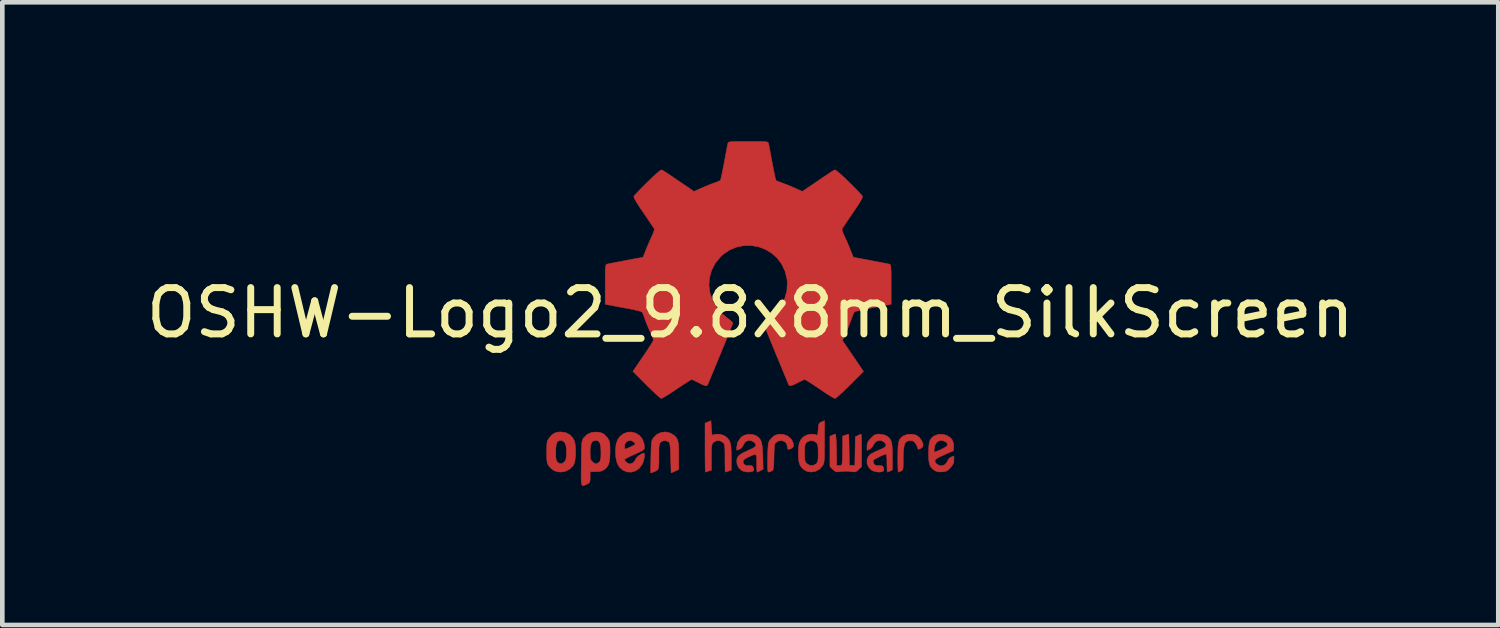
<source format=kicad_pcb>
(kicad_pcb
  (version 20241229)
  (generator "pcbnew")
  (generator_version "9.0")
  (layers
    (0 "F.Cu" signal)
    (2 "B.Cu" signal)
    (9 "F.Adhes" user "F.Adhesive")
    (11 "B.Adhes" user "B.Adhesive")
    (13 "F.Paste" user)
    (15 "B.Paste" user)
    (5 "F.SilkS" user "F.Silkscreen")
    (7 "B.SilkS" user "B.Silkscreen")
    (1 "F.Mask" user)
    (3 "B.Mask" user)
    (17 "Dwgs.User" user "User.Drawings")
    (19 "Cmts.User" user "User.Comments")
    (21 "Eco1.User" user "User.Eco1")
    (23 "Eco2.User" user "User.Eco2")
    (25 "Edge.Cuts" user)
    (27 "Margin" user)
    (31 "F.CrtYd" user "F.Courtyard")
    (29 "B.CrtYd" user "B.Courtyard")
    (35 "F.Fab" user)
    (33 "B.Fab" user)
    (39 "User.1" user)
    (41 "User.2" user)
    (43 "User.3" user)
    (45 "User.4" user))
  (footprint "OSHW-Logo2_9.8x8mm_SilkScreen"
    (layer "F.Cu")
    (at 13.149 3.704)
    (property "Reference" "OSHW-Logo2_9.8x8mm_SilkScreen" (at 0 0 0) (layer "F.SilkS") (effects (font (size 1 1) (thickness 0.15))))
    (attr exclude_from_pos_files exclude_from_bom)
    (fp_poly (pts (xy 3.571 2.637) (xy 3.594 2.647) (xy 3.65 2.691) (xy 3.698 2.755) (xy 3.727 2.823) (xy 3.732 2.857) (xy 3.716 2.904) (xy 3.68 2.928) (xy 3.643 2.943) (xy 3.625 2.946) (xy 3.617 2.926) (xy 3.6 2.882) (xy 3.593 2.863) (xy 3.552 2.794) (xy 3.493 2.76) (xy 3.417 2.761) (xy 3.411 2.763) (xy 3.37 2.782) (xy 3.34 2.819) (xy 3.32 2.88) (xy 3.308 2.968) (xy 3.303 3.088) (xy 3.302 3.152) (xy 3.302 3.252) (xy 3.3 3.321) (xy 3.296 3.365) (xy 3.287 3.39) (xy 3.274 3.405) (xy 3.253 3.416) (xy 3.252 3.416) (xy 3.213 3.433) (xy 3.194 3.439) (xy 3.191 3.42) (xy 3.188 3.369) (xy 3.186 3.292) (xy 3.185 3.196) (xy 3.185 3.125) (xy 3.186 2.989) (xy 3.19 2.885) (xy 3.2 2.808) (xy 3.216 2.752) (xy 3.24 2.711) (xy 3.274 2.679) (xy 3.308 2.656) (xy 3.388 2.626) (xy 3.482 2.62) (xy 3.571 2.637)) (stroke (width 0.01) (type solid)) (fill yes) (layer "F.Cu"))
    (fp_poly (pts (xy -1.728 2.595) (xy -1.666 2.631) (xy -1.622 2.667) (xy -1.59 2.705) (xy -1.568 2.751) (xy -1.554 2.812) (xy -1.547 2.895) (xy -1.544 3.007) (xy -1.544 3.087) (xy -1.544 3.382) (xy -1.71 3.457) (xy -1.719 3.133) (xy -1.723 3.013) (xy -1.728 2.925) (xy -1.733 2.865) (xy -1.74 2.825) (xy -1.75 2.801) (xy -1.763 2.786) (xy -1.767 2.783) (xy -1.831 2.757) (xy -1.896 2.767) (xy -1.934 2.794) (xy -1.95 2.813) (xy -1.961 2.838) (xy -1.968 2.876) (xy -1.972 2.934) (xy -1.973 3.018) (xy -1.973 3.106) (xy -1.973 3.216) (xy -1.975 3.294) (xy -1.982 3.347) (xy -1.995 3.381) (xy -2.018 3.404) (xy -2.053 3.421) (xy -2.1 3.439) (xy -2.152 3.458) (xy -2.146 3.111) (xy -2.143 2.986) (xy -2.14 2.894) (xy -2.136 2.828) (xy -2.13 2.781) (xy -2.121 2.748) (xy -2.108 2.722) (xy -2.092 2.699) (xy -2.018 2.625) (xy -1.926 2.582) (xy -1.827 2.571) (xy -1.728 2.595)) (stroke (width 0.01) (type solid)) (fill yes) (layer "F.Cu"))
    (fp_poly (pts (xy 0.713 2.625) (xy 0.802 2.657) (xy 0.874 2.715) (xy 0.902 2.756) (xy 0.933 2.831) (xy 0.932 2.885) (xy 0.9 2.921) (xy 0.888 2.928) (xy 0.837 2.947) (xy 0.81 2.942) (xy 0.802 2.91) (xy 0.801 2.892) (xy 0.785 2.826) (xy 0.742 2.78) (xy 0.683 2.758) (xy 0.617 2.763) (xy 0.564 2.792) (xy 0.546 2.809) (xy 0.533 2.829) (xy 0.524 2.859) (xy 0.519 2.907) (xy 0.515 2.978) (xy 0.512 3.08) (xy 0.511 3.112) (xy 0.509 3.222) (xy 0.506 3.3) (xy 0.501 3.351) (xy 0.494 3.383) (xy 0.483 3.401) (xy 0.467 3.412) (xy 0.457 3.417) (xy 0.413 3.433) (xy 0.388 3.439) (xy 0.379 3.421) (xy 0.374 3.365) (xy 0.372 3.272) (xy 0.374 3.141) (xy 0.374 3.121) (xy 0.377 3.002) (xy 0.381 2.914) (xy 0.386 2.853) (xy 0.393 2.809) (xy 0.404 2.778) (xy 0.419 2.751) (xy 0.427 2.74) (xy 0.472 2.69) (xy 0.522 2.651) (xy 0.528 2.647) (xy 0.618 2.62) (xy 0.713 2.625)) (stroke (width 0.01) (type solid)) (fill yes) (layer "F.Cu"))
    (fp_poly (pts (xy -0.84 2.492) (xy -0.834 2.572) (xy -0.828 2.619) (xy -0.819 2.64) (xy -0.805 2.64) (xy -0.801 2.637) (xy -0.744 2.62) (xy -0.669 2.621) (xy -0.593 2.639) (xy -0.545 2.663) (xy -0.496 2.7) (xy -0.461 2.743) (xy -0.436 2.797) (xy -0.421 2.869) (xy -0.413 2.966) (xy -0.41 3.095) (xy -0.41 3.119) (xy -0.41 3.396) (xy -0.472 3.417) (xy -0.516 3.432) (xy -0.54 3.439) (xy -0.54 3.439) (xy -0.543 3.42) (xy -0.545 3.37) (xy -0.546 3.293) (xy -0.547 3.197) (xy -0.547 3.139) (xy -0.547 3.025) (xy -0.549 2.943) (xy -0.552 2.886) (xy -0.558 2.849) (xy -0.568 2.825) (xy -0.583 2.806) (xy -0.592 2.797) (xy -0.655 2.761) (xy -0.724 2.759) (xy -0.786 2.789) (xy -0.798 2.8) (xy -0.815 2.821) (xy -0.826 2.845) (xy -0.834 2.881) (xy -0.838 2.934) (xy -0.84 3.012) (xy -0.84 3.121) (xy -0.84 3.396) (xy -0.902 3.417) (xy -0.945 3.432) (xy -0.969 3.439) (xy -0.97 3.439) (xy -0.972 3.42) (xy -0.974 3.367) (xy -0.975 3.286) (xy -0.976 3.18) (xy -0.977 3.055) (xy -0.977 2.916) (xy -0.977 2.382) (xy -0.85 2.328) (xy -0.84 2.492)) (stroke (width 0.01) (type solid)) (fill yes) (layer "F.Cu"))
    (fp_poly (pts (xy 2.396 2.637) (xy 2.399 2.688) (xy 2.401 2.766) (xy 2.403 2.865) (xy 2.403 2.968) (xy 2.403 3.319) (xy 2.341 3.38) (xy 2.299 3.418) (xy 2.261 3.434) (xy 2.21 3.433) (xy 2.19 3.43) (xy 2.127 3.423) (xy 2.074 3.419) (xy 2.061 3.419) (xy 2.018 3.421) (xy 1.957 3.427) (xy 1.933 3.43) (xy 1.874 3.435) (xy 1.834 3.425) (xy 1.795 3.394) (xy 1.781 3.38) (xy 1.719 3.319) (xy 1.719 2.664) (xy 1.769 2.641) (xy 1.812 2.624) (xy 1.837 2.618) (xy 1.844 2.637) (xy 1.85 2.689) (xy 1.855 2.768) (xy 1.859 2.87) (xy 1.861 2.955) (xy 1.866 3.292) (xy 1.913 3.299) (xy 1.955 3.294) (xy 1.976 3.279) (xy 1.982 3.251) (xy 1.987 3.192) (xy 1.99 3.108) (xy 1.992 3.009) (xy 1.993 2.957) (xy 1.993 2.661) (xy 2.054 2.64) (xy 2.098 2.625) (xy 2.122 2.618) (xy 2.122 2.618) (xy 2.125 2.637) (xy 2.127 2.688) (xy 2.13 2.766) (xy 2.132 2.864) (xy 2.134 2.955) (xy 2.139 3.292) (xy 2.257 3.292) (xy 2.262 2.985) (xy 2.267 2.677) (xy 2.325 2.648) (xy 2.367 2.627) (xy 2.392 2.618) (xy 2.392 2.618) (xy 2.396 2.637)) (stroke (width 0.01) (type solid)) (fill yes) (layer "F.Cu"))
    (fp_poly (pts (xy -3.983 2.587) (xy -3.892 2.635) (xy -3.824 2.713) (xy -3.8 2.763) (xy -3.781 2.838) (xy -3.772 2.932) (xy -3.771 3.035) (xy -3.778 3.136) (xy -3.793 3.223) (xy -3.815 3.286) (xy -3.822 3.297) (xy -3.903 3.377) (xy -4 3.425) (xy -4.104 3.439) (xy -4.21 3.418) (xy -4.239 3.405) (xy -4.297 3.364) (xy -4.347 3.311) (xy -4.352 3.304) (xy -4.371 3.271) (xy -4.384 3.236) (xy -4.391 3.19) (xy -4.395 3.125) (xy -4.396 3.03) (xy -4.396 3.009) (xy -4.396 3.002) (xy -4.201 3.002) (xy -4.2 3.091) (xy -4.195 3.151) (xy -4.186 3.189) (xy -4.17 3.215) (xy -4.162 3.224) (xy -4.115 3.257) (xy -4.07 3.256) (xy -4.024 3.227) (xy -3.996 3.196) (xy -3.98 3.151) (xy -3.971 3.079) (xy -3.97 3.071) (xy -3.969 2.942) (xy -3.985 2.846) (xy -4.019 2.784) (xy -4.07 2.756) (xy -4.088 2.755) (xy -4.136 2.763) (xy -4.169 2.789) (xy -4.189 2.839) (xy -4.199 2.919) (xy -4.201 3.002) (xy -4.396 3.002) (xy -4.395 2.908) (xy -4.392 2.838) (xy -4.386 2.789) (xy -4.374 2.753) (xy -4.356 2.722) (xy -4.352 2.716) (xy -4.286 2.636) (xy -4.213 2.59) (xy -4.125 2.572) (xy -4.095 2.571) (xy -3.983 2.587)) (stroke (width 0.01) (type solid)) (fill yes) (layer "F.Cu"))
    (fp_poly (pts (xy 4.245 2.648) (xy 4.323 2.698) (xy 4.36 2.744) (xy 4.389 2.826) (xy 4.392 2.891) (xy 4.386 2.977) (xy 4.186 3.065) (xy 4.089 3.11) (xy 4.025 3.146) (xy 3.992 3.177) (xy 3.986 3.207) (xy 4.005 3.241) (xy 4.025 3.263) (xy 4.084 3.298) (xy 4.148 3.301) (xy 4.207 3.273) (xy 4.25 3.218) (xy 4.258 3.199) (xy 4.295 3.138) (xy 4.338 3.113) (xy 4.396 3.09) (xy 4.396 3.174) (xy 4.391 3.231) (xy 4.371 3.279) (xy 4.328 3.334) (xy 4.322 3.342) (xy 4.275 3.391) (xy 4.234 3.417) (xy 4.183 3.429) (xy 4.141 3.433) (xy 4.066 3.434) (xy 4.012 3.421) (xy 3.979 3.403) (xy 3.926 3.362) (xy 3.89 3.318) (xy 3.867 3.262) (xy 3.854 3.187) (xy 3.85 3.084) (xy 3.849 3.032) (xy 3.851 2.97) (xy 3.968 2.97) (xy 3.97 3.003) (xy 3.973 3.009) (xy 3.996 3.001) (xy 4.044 2.982) (xy 4.109 2.954) (xy 4.122 2.948) (xy 4.204 2.906) (xy 4.249 2.87) (xy 4.259 2.835) (xy 4.236 2.801) (xy 4.216 2.785) (xy 4.145 2.755) (xy 4.079 2.76) (xy 4.024 2.797) (xy 3.986 2.863) (xy 3.973 2.916) (xy 3.968 2.97) (xy 3.851 2.97) (xy 3.852 2.911) (xy 3.861 2.821) (xy 3.879 2.755) (xy 3.909 2.707) (xy 3.953 2.669) (xy 3.972 2.656) (xy 4.059 2.624) (xy 4.154 2.622) (xy 4.245 2.648)) (stroke (width 0.01) (type solid)) (fill yes) (layer "F.Cu"))
    (fp_poly (pts (xy 1.602 2.78) (xy 1.602 2.926) (xy 1.601 3.039) (xy 1.599 3.123) (xy 1.595 3.184) (xy 1.59 3.227) (xy 1.582 3.259) (xy 1.571 3.283) (xy 1.563 3.297) (xy 1.497 3.373) (xy 1.412 3.421) (xy 1.319 3.438) (xy 1.226 3.423) (xy 1.17 3.394) (xy 1.112 3.346) (xy 1.072 3.286) (xy 1.048 3.209) (xy 1.037 3.105) (xy 1.036 3.028) (xy 1.036 3.023) (xy 1.172 3.023) (xy 1.173 3.11) (xy 1.177 3.168) (xy 1.186 3.206) (xy 1.201 3.233) (xy 1.22 3.254) (xy 1.283 3.294) (xy 1.351 3.297) (xy 1.415 3.264) (xy 1.42 3.26) (xy 1.441 3.236) (xy 1.455 3.208) (xy 1.462 3.167) (xy 1.465 3.102) (xy 1.465 3.031) (xy 1.464 2.942) (xy 1.46 2.882) (xy 1.451 2.843) (xy 1.436 2.815) (xy 1.423 2.8) (xy 1.364 2.763) (xy 1.295 2.758) (xy 1.23 2.787) (xy 1.218 2.797) (xy 1.196 2.821) (xy 1.183 2.849) (xy 1.176 2.891) (xy 1.173 2.956) (xy 1.172 3.023) (xy 1.036 3.023) (xy 1.04 2.906) (xy 1.056 2.814) (xy 1.087 2.744) (xy 1.134 2.69) (xy 1.17 2.663) (xy 1.237 2.633) (xy 1.314 2.619) (xy 1.386 2.622) (xy 1.426 2.637) (xy 1.442 2.642) (xy 1.453 2.626) (xy 1.46 2.583) (xy 1.465 2.518) (xy 1.471 2.446) (xy 1.48 2.402) (xy 1.495 2.377) (xy 1.522 2.361) (xy 1.539 2.354) (xy 1.602 2.327) (xy 1.602 2.78)) (stroke (width 0.01) (type solid)) (fill yes) (layer "F.Cu"))
    (fp_poly (pts (xy -2.466 2.6) (xy -2.389 2.652) (xy -2.329 2.726) (xy -2.294 2.822) (xy -2.286 2.892) (xy -2.287 2.921) (xy -2.294 2.943) (xy -2.313 2.963) (xy -2.35 2.986) (xy -2.41 3.015) (xy -2.5 3.055) (xy -2.501 3.055) (xy -2.584 3.093) (xy -2.652 3.127) (xy -2.698 3.153) (xy -2.716 3.167) (xy -2.716 3.167) (xy -2.701 3.199) (xy -2.665 3.233) (xy -2.624 3.258) (xy -2.603 3.263) (xy -2.546 3.246) (xy -2.497 3.203) (xy -2.474 3.156) (xy -2.451 3.122) (xy -2.406 3.082) (xy -2.353 3.048) (xy -2.306 3.029) (xy -2.297 3.028) (xy -2.286 3.045) (xy -2.285 3.088) (xy -2.293 3.146) (xy -2.308 3.207) (xy -2.329 3.261) (xy -2.33 3.264) (xy -2.392 3.351) (xy -2.473 3.41) (xy -2.565 3.439) (xy -2.66 3.436) (xy -2.752 3.397) (xy -2.756 3.395) (xy -2.828 3.33) (xy -2.875 3.245) (xy -2.901 3.133) (xy -2.905 3.102) (xy -2.911 2.954) (xy -2.903 2.884) (xy -2.716 2.884) (xy -2.713 2.928) (xy -2.7 2.94) (xy -2.667 2.931) (xy -2.615 2.908) (xy -2.556 2.881) (xy -2.555 2.88) (xy -2.505 2.854) (xy -2.485 2.836) (xy -2.49 2.818) (xy -2.511 2.794) (xy -2.563 2.759) (xy -2.62 2.757) (xy -2.671 2.782) (xy -2.706 2.831) (xy -2.716 2.884) (xy -2.903 2.884) (xy -2.898 2.835) (xy -2.865 2.741) (xy -2.82 2.675) (xy -2.737 2.609) (xy -2.646 2.576) (xy -2.554 2.574) (xy -2.466 2.6)) (stroke (width 0.01) (type solid)) (fill yes) (layer "F.Cu"))
    (fp_poly (pts (xy 0.054 2.626) (xy 0.13 2.655) (xy 0.131 2.655) (xy 0.178 2.69) (xy 0.213 2.731) (xy 0.238 2.784) (xy 0.254 2.856) (xy 0.264 2.953) (xy 0.27 3.082) (xy 0.27 3.1) (xy 0.277 3.377) (xy 0.218 3.408) (xy 0.175 3.429) (xy 0.149 3.439) (xy 0.148 3.439) (xy 0.143 3.421) (xy 0.139 3.372) (xy 0.137 3.3) (xy 0.137 3.242) (xy 0.137 3.148) (xy 0.132 3.089) (xy 0.118 3.061) (xy 0.085 3.06) (xy 0.03 3.081) (xy -0.054 3.12) (xy -0.115 3.153) (xy -0.147 3.181) (xy -0.156 3.212) (xy -0.156 3.213) (xy -0.141 3.266) (xy -0.095 3.295) (xy -0.026 3.299) (xy 0.024 3.298) (xy 0.051 3.313) (xy 0.067 3.347) (xy 0.077 3.391) (xy 0.063 3.416) (xy 0.058 3.42) (xy 0.009 3.434) (xy -0.058 3.437) (xy -0.128 3.427) (xy -0.178 3.41) (xy -0.246 3.351) (xy -0.285 3.27) (xy -0.293 3.207) (xy -0.287 3.15) (xy -0.266 3.104) (xy -0.224 3.062) (xy -0.155 3.021) (xy -0.055 2.974) (xy -0.049 2.971) (xy 0.041 2.93) (xy 0.097 2.895) (xy 0.121 2.865) (xy 0.116 2.833) (xy 0.084 2.797) (xy 0.075 2.789) (xy 0.012 2.757) (xy -0.054 2.758) (xy -0.111 2.79) (xy -0.149 2.848) (xy -0.152 2.859) (xy -0.187 2.915) (xy -0.23 2.942) (xy -0.293 2.968) (xy -0.293 2.9) (xy -0.274 2.8) (xy -0.217 2.709) (xy -0.188 2.678) (xy -0.12 2.639) (xy -0.035 2.622) (xy 0.054 2.626)) (stroke (width 0.01) (type solid)) (fill yes) (layer "F.Cu"))
    (fp_poly (pts (xy -3.231 2.585) (xy -3.156 2.622) (xy -3.091 2.69) (xy -3.072 2.716) (xy -3.053 2.749) (xy -3.04 2.785) (xy -3.032 2.833) (xy -3.029 2.903) (xy -3.028 2.994) (xy -3.032 3.12) (xy -3.043 3.214) (xy -3.065 3.285) (xy -3.1 3.338) (xy -3.149 3.383) (xy -3.153 3.385) (xy -3.202 3.412) (xy -3.261 3.426) (xy -3.336 3.429) (xy -3.458 3.429) (xy -3.458 3.547) (xy -3.459 3.613) (xy -3.466 3.652) (xy -3.484 3.675) (xy -3.519 3.695) (xy -3.527 3.699) (xy -3.566 3.718) (xy -3.596 3.729) (xy -3.619 3.73) (xy -3.635 3.717) (xy -3.645 3.685) (xy -3.65 3.63) (xy -3.652 3.549) (xy -3.652 3.437) (xy -3.65 3.292) (xy -3.65 3.248) (xy -3.648 3.098) (xy -3.646 3) (xy -3.458 3) (xy -3.457 3.083) (xy -3.453 3.138) (xy -3.442 3.174) (xy -3.423 3.201) (xy -3.41 3.215) (xy -3.358 3.254) (xy -3.312 3.258) (xy -3.264 3.225) (xy -3.263 3.224) (xy -3.244 3.199) (xy -3.232 3.164) (xy -3.226 3.112) (xy -3.224 3.031) (xy -3.224 3.013) (xy -3.228 2.902) (xy -3.243 2.825) (xy -3.269 2.778) (xy -3.309 2.757) (xy -3.332 2.755) (xy -3.387 2.765) (xy -3.425 2.798) (xy -3.447 2.858) (xy -3.457 2.95) (xy -3.458 3) (xy -3.646 3) (xy -3.646 2.982) (xy -3.643 2.895) (xy -3.639 2.831) (xy -3.634 2.786) (xy -3.627 2.754) (xy -3.617 2.73) (xy -3.604 2.709) (xy -3.598 2.701) (xy -3.525 2.627) (xy -3.432 2.584) (xy -3.325 2.573) (xy -3.231 2.585)) (stroke (width 0.01) (type solid)) (fill yes) (layer "F.Cu"))
    (fp_poly (pts (xy 2.887 2.634) (xy 2.944 2.659) (xy 2.988 2.69) (xy 3.02 2.725) (xy 3.042 2.77) (xy 3.057 2.831) (xy 3.064 2.915) (xy 3.067 3.028) (xy 3.068 3.103) (xy 3.068 3.393) (xy 3.018 3.416) (xy 2.979 3.433) (xy 2.959 3.439) (xy 2.955 3.421) (xy 2.952 3.372) (xy 2.951 3.3) (xy 2.95 3.243) (xy 2.949 3.161) (xy 2.944 3.096) (xy 2.938 3.056) (xy 2.933 3.048) (xy 2.898 3.057) (xy 2.844 3.079) (xy 2.781 3.109) (xy 2.72 3.141) (xy 2.674 3.17) (xy 2.652 3.19) (xy 2.652 3.19) (xy 2.654 3.227) (xy 2.671 3.262) (xy 2.7 3.291) (xy 2.743 3.3) (xy 2.78 3.299) (xy 2.832 3.298) (xy 2.859 3.31) (xy 2.876 3.343) (xy 2.878 3.349) (xy 2.885 3.395) (xy 2.866 3.423) (xy 2.816 3.436) (xy 2.763 3.438) (xy 2.666 3.42) (xy 2.616 3.394) (xy 2.554 3.333) (xy 2.522 3.258) (xy 2.519 3.178) (xy 2.546 3.104) (xy 2.588 3.058) (xy 2.63 3.032) (xy 2.695 2.999) (xy 2.771 2.966) (xy 2.784 2.96) (xy 2.867 2.924) (xy 2.916 2.891) (xy 2.931 2.859) (xy 2.917 2.822) (xy 2.892 2.794) (xy 2.833 2.759) (xy 2.768 2.756) (xy 2.709 2.783) (xy 2.666 2.837) (xy 2.661 2.851) (xy 2.628 2.902) (xy 2.581 2.94) (xy 2.52 2.971) (xy 2.52 2.883) (xy 2.524 2.829) (xy 2.539 2.787) (xy 2.573 2.741) (xy 2.605 2.706) (xy 2.655 2.657) (xy 2.694 2.631) (xy 2.736 2.62) (xy 2.783 2.618) (xy 2.887 2.634)) (stroke (width 0.01) (type solid)) (fill yes) (layer "F.Cu"))
    (fp_poly (pts (xy 0.094 -3.699) (xy 0.2 -3.699) (xy 0.276 -3.697) (xy 0.329 -3.694) (xy 0.362 -3.689) (xy 0.38 -3.682) (xy 0.389 -3.671) (xy 0.393 -3.657) (xy 0.394 -3.655) (xy 0.401 -3.623) (xy 0.413 -3.559) (xy 0.43 -3.47) (xy 0.45 -3.363) (xy 0.472 -3.245) (xy 0.473 -3.241) (xy 0.495 -3.125) (xy 0.515 -3.023) (xy 0.533 -2.94) (xy 0.547 -2.884) (xy 0.555 -2.859) (xy 0.555 -2.858) (xy 0.58 -2.846) (xy 0.631 -2.826) (xy 0.696 -2.801) (xy 0.697 -2.801) (xy 0.78 -2.77) (xy 0.877 -2.731) (xy 0.969 -2.691) (xy 0.974 -2.689) (xy 1.124 -2.621) (xy 1.456 -2.847) (xy 1.558 -2.917) (xy 1.65 -2.978) (xy 1.727 -3.029) (xy 1.784 -3.066) (xy 1.816 -3.085) (xy 1.819 -3.086) (xy 1.842 -3.08) (xy 1.884 -3.05) (xy 1.948 -2.995) (xy 2.036 -2.914) (xy 2.125 -2.827) (xy 2.211 -2.742) (xy 2.288 -2.664) (xy 2.351 -2.598) (xy 2.396 -2.55) (xy 2.418 -2.523) (xy 2.419 -2.522) (xy 2.421 -2.504) (xy 2.412 -2.474) (xy 2.389 -2.428) (xy 2.35 -2.363) (xy 2.292 -2.275) (xy 2.215 -2.16) (xy 2.147 -2.06) (xy 2.086 -1.97) (xy 2.036 -1.895) (xy 2 -1.841) (xy 1.982 -1.814) (xy 1.98 -1.812) (xy 1.983 -1.785) (xy 1.999 -1.734) (xy 2.027 -1.667) (xy 2.037 -1.646) (xy 2.081 -1.551) (xy 2.127 -1.443) (xy 2.165 -1.35) (xy 2.192 -1.281) (xy 2.214 -1.228) (xy 2.226 -1.201) (xy 2.228 -1.198) (xy 2.251 -1.195) (xy 2.305 -1.185) (xy 2.383 -1.171) (xy 2.478 -1.153) (xy 2.582 -1.134) (xy 2.689 -1.113) (xy 2.791 -1.094) (xy 2.881 -1.076) (xy 2.952 -1.062) (xy 2.996 -1.053) (xy 3.007 -1.05) (xy 3.018 -1.044) (xy 3.027 -1.029) (xy 3.033 -1.002) (xy 3.037 -0.957) (xy 3.04 -0.889) (xy 3.041 -0.793) (xy 3.041 -0.665) (xy 3.041 -0.612) (xy 3.041 -0.185) (xy 2.939 -0.165) (xy 2.882 -0.154) (xy 2.797 -0.138) (xy 2.694 -0.119) (xy 2.583 -0.098) (xy 2.553 -0.093) (xy 2.451 -0.073) (xy 2.363 -0.054) (xy 2.294 -0.036) (xy 2.254 -0.023) (xy 2.248 -0.019) (xy 2.231 0.009) (xy 2.208 0.064) (xy 2.182 0.135) (xy 2.176 0.15) (xy 2.142 0.244) (xy 2.1 0.35) (xy 2.058 0.445) (xy 2.058 0.446) (xy 1.989 0.595) (xy 2.444 1.265) (xy 2.152 1.557) (xy 2.063 1.644) (xy 1.983 1.721) (xy 1.915 1.783) (xy 1.863 1.827) (xy 1.833 1.848) (xy 1.829 1.85) (xy 1.803 1.839) (xy 1.752 1.81) (xy 1.679 1.765) (xy 1.592 1.708) (xy 1.497 1.644) (xy 1.401 1.58) (xy 1.315 1.523) (xy 1.245 1.479) (xy 1.197 1.45) (xy 1.175 1.439) (xy 1.149 1.448) (xy 1.098 1.471) (xy 1.035 1.504) (xy 1.028 1.507) (xy 0.942 1.55) (xy 0.884 1.571) (xy 0.847 1.571) (xy 0.828 1.552) (xy 0.828 1.552) (xy 0.818 1.528) (xy 0.796 1.473) (xy 0.762 1.391) (xy 0.718 1.285) (xy 0.666 1.16) (xy 0.608 1.02) (xy 0.552 0.885) (xy 0.491 0.735) (xy 0.434 0.597) (xy 0.384 0.474) (xy 0.343 0.37) (xy 0.312 0.29) (xy 0.292 0.238) (xy 0.286 0.219) (xy 0.301 0.196) (xy 0.341 0.161) (xy 0.393 0.122) (xy 0.542 -0.002) (xy 0.659 -0.144) (xy 0.741 -0.3) (xy 0.789 -0.469) (xy 0.799 -0.647) (xy 0.792 -0.729) (xy 0.75 -0.9) (xy 0.678 -1.051) (xy 0.581 -1.18) (xy 0.463 -1.286) (xy 0.328 -1.368) (xy 0.181 -1.424) (xy 0.026 -1.452) (xy -0.133 -1.452) (xy -0.29 -1.422) (xy -0.442 -1.359) (xy -0.584 -1.264) (xy -0.643 -1.209) (xy -0.756 -1.071) (xy -0.836 -0.919) (xy -0.881 -0.758) (xy -0.892 -0.594) (xy -0.871 -0.43) (xy -0.817 -0.271) (xy -0.732 -0.121) (xy -0.615 0.015) (xy -0.484 0.122) (xy -0.43 0.163) (xy -0.392 0.198) (xy -0.378 0.219) (xy -0.385 0.242) (xy -0.406 0.296) (xy -0.438 0.379) (xy -0.48 0.484) (xy -0.531 0.609) (xy -0.588 0.749) (xy -0.644 0.885) (xy -0.706 1.034) (xy -0.763 1.173) (xy -0.814 1.296) (xy -0.857 1.4) (xy -0.89 1.48) (xy -0.912 1.532) (xy -0.919 1.552) (xy -0.938 1.571) (xy -0.975 1.571) (xy -1.033 1.55) (xy -1.119 1.508) (xy -1.119 1.507) (xy -1.184 1.474) (xy -1.236 1.45) (xy -1.265 1.439) (xy -1.266 1.439) (xy -1.289 1.45) (xy -1.337 1.479) (xy -1.407 1.524) (xy -1.493 1.58) (xy -1.588 1.644) (xy -1.685 1.709) (xy -1.772 1.766) (xy -1.845 1.81) (xy -1.896 1.839) (xy -1.92 1.85) (xy -1.943 1.836) (xy -1.988 1.799) (xy -2.051 1.742) (xy -2.129 1.669) (xy -2.215 1.585) (xy -2.243 1.557) (xy -2.535 1.264) (xy -2.313 0.938) (xy -2.245 0.838) (xy -2.186 0.748) (xy -2.138 0.673) (xy -2.106 0.62) (xy -2.091 0.592) (xy -2.091 0.59) (xy -2.098 0.564) (xy -2.119 0.511) (xy -2.149 0.44) (xy -2.17 0.393) (xy -2.209 0.303) (xy -2.247 0.211) (xy -2.275 0.134) (xy -2.283 0.111) (xy -2.305 0.048) (xy -2.327 -0.001) (xy -2.339 -0.019) (xy -2.365 -0.03) (xy -2.423 -0.046) (xy -2.504 -0.065) (xy -2.601 -0.085) (xy -2.644 -0.093) (xy -2.755 -0.113) (xy -2.861 -0.133) (xy -2.952 -0.15) (xy -3.018 -0.163) (xy -3.03 -0.165) (xy -3.133 -0.185) (xy -3.133 -0.612) (xy -3.133 -0.753) (xy -3.132 -0.859) (xy -3.13 -0.936) (xy -3.126 -0.989) (xy -3.121 -1.022) (xy -3.113 -1.04) (xy -3.103 -1.049) (xy -3.099 -1.05) (xy -3.073 -1.056) (xy -3.017 -1.067) (xy -2.938 -1.083) (xy -2.842 -1.101) (xy -2.737 -1.121) (xy -2.63 -1.142) (xy -2.529 -1.161) (xy -2.44 -1.177) (xy -2.371 -1.19) (xy -2.329 -1.197) (xy -2.319 -1.198) (xy -2.311 -1.215) (xy -2.292 -1.26) (xy -2.266 -1.325) (xy -2.257 -1.35) (xy -2.217 -1.447) (xy -2.17 -1.555) (xy -2.129 -1.646) (xy -2.098 -1.715) (xy -2.078 -1.772) (xy -2.071 -1.807) (xy -2.072 -1.812) (xy -2.086 -1.834) (xy -2.119 -1.883) (xy -2.167 -1.954) (xy -2.226 -2.042) (xy -2.293 -2.141) (xy -2.307 -2.16) (xy -2.385 -2.276) (xy -2.442 -2.364) (xy -2.481 -2.429) (xy -2.504 -2.474) (xy -2.513 -2.503) (xy -2.51 -2.522) (xy -2.51 -2.522) (xy -2.491 -2.546) (xy -2.448 -2.592) (xy -2.387 -2.656) (xy -2.311 -2.733) (xy -2.226 -2.818) (xy -2.216 -2.827) (xy -2.109 -2.931) (xy -2.026 -3.007) (xy -1.966 -3.057) (xy -1.927 -3.083) (xy -1.91 -3.086) (xy -1.885 -3.072) (xy -1.833 -3.039) (xy -1.76 -2.991) (xy -1.671 -2.931) (xy -1.571 -2.863) (xy -1.547 -2.847) (xy -1.215 -2.621) (xy -1.065 -2.689) (xy -0.974 -2.728) (xy -0.876 -2.768) (xy -0.792 -2.8) (xy -0.788 -2.801) (xy -0.722 -2.825) (xy -0.672 -2.846) (xy -0.647 -2.858) (xy -0.647 -2.858) (xy -0.639 -2.88) (xy -0.626 -2.935) (xy -0.608 -3.016) (xy -0.588 -3.116) (xy -0.566 -3.231) (xy -0.564 -3.241) (xy -0.542 -3.359) (xy -0.522 -3.466) (xy -0.505 -3.556) (xy -0.492 -3.621) (xy -0.485 -3.655) (xy -0.485 -3.655) (xy -0.481 -3.67) (xy -0.473 -3.681) (xy -0.456 -3.688) (xy -0.425 -3.694) (xy -0.375 -3.697) (xy -0.301 -3.699) (xy -0.199 -3.699) (xy -0.063 -3.699) (xy -0.046 -3.699) (xy 0.094 -3.699)) (stroke (width 0.01) (type solid)) (fill yes) (layer "F.Cu"))
    (fp_poly (pts (xy 3.57 2.64) (xy 3.593 2.65) (xy 3.649 2.694) (xy 3.697 2.758) (xy 3.726 2.826) (xy 3.731 2.86) (xy 3.715 2.907) (xy 3.68 2.932) (xy 3.642 2.947) (xy 3.625 2.949) (xy 3.616 2.929) (xy 3.599 2.886) (xy 3.592 2.866) (xy 3.551 2.797) (xy 3.492 2.763) (xy 3.416 2.764) (xy 3.41 2.766) (xy 3.369 2.785) (xy 3.34 2.823) (xy 3.319 2.883) (xy 3.307 2.971) (xy 3.302 3.091) (xy 3.301 3.155) (xy 3.301 3.256) (xy 3.299 3.324) (xy 3.295 3.368) (xy 3.287 3.393) (xy 3.273 3.408) (xy 3.253 3.419) (xy 3.251 3.419) (xy 3.212 3.436) (xy 3.193 3.442) (xy 3.19 3.424) (xy 3.187 3.373) (xy 3.185 3.296) (xy 3.184 3.199) (xy 3.184 3.128) (xy 3.185 2.992) (xy 3.19 2.888) (xy 3.199 2.811) (xy 3.215 2.755) (xy 3.24 2.714) (xy 3.273 2.682) (xy 3.307 2.66) (xy 3.388 2.63) (xy 3.482 2.623) (xy 3.57 2.64)) (stroke (width 0.01) (type solid)) (fill yes) (layer "F.Mask"))
    (fp_poly (pts (xy -1.729 2.598) (xy -1.666 2.635) (xy -1.623 2.671) (xy -1.591 2.708) (xy -1.569 2.754) (xy -1.555 2.816) (xy -1.548 2.899) (xy -1.545 3.01) (xy -1.544 3.09) (xy -1.544 3.385) (xy -1.71 3.46) (xy -1.72 3.137) (xy -1.724 3.016) (xy -1.728 2.928) (xy -1.734 2.868) (xy -1.741 2.828) (xy -1.75 2.804) (xy -1.764 2.789) (xy -1.768 2.786) (xy -1.832 2.76) (xy -1.897 2.77) (xy -1.935 2.797) (xy -1.951 2.816) (xy -1.962 2.841) (xy -1.969 2.879) (xy -1.972 2.937) (xy -1.974 3.021) (xy -1.974 3.109) (xy -1.974 3.22) (xy -1.976 3.298) (xy -1.982 3.35) (xy -1.996 3.384) (xy -2.019 3.407) (xy -2.054 3.424) (xy -2.101 3.442) (xy -2.153 3.461) (xy -2.146 3.115) (xy -2.144 2.99) (xy -2.141 2.897) (xy -2.137 2.831) (xy -2.131 2.785) (xy -2.122 2.751) (xy -2.109 2.725) (xy -2.093 2.702) (xy -2.018 2.628) (xy -1.927 2.585) (xy -1.828 2.575) (xy -1.729 2.598)) (stroke (width 0.01) (type solid)) (fill yes) (layer "F.Mask"))
    (fp_poly (pts (xy 0.713 2.628) (xy 0.801 2.661) (xy 0.873 2.719) (xy 0.901 2.759) (xy 0.932 2.834) (xy 0.931 2.888) (xy 0.899 2.925) (xy 0.887 2.931) (xy 0.836 2.95) (xy 0.81 2.945) (xy 0.801 2.913) (xy 0.8 2.895) (xy 0.784 2.829) (xy 0.742 2.783) (xy 0.683 2.761) (xy 0.617 2.766) (xy 0.563 2.795) (xy 0.545 2.812) (xy 0.532 2.832) (xy 0.523 2.863) (xy 0.518 2.91) (xy 0.514 2.981) (xy 0.511 3.083) (xy 0.511 3.115) (xy 0.508 3.226) (xy 0.505 3.303) (xy 0.5 3.355) (xy 0.493 3.386) (xy 0.482 3.404) (xy 0.466 3.415) (xy 0.456 3.42) (xy 0.413 3.437) (xy 0.387 3.442) (xy 0.379 3.424) (xy 0.373 3.369) (xy 0.372 3.276) (xy 0.373 3.145) (xy 0.373 3.124) (xy 0.376 3.005) (xy 0.38 2.918) (xy 0.385 2.856) (xy 0.392 2.813) (xy 0.403 2.781) (xy 0.418 2.755) (xy 0.426 2.743) (xy 0.471 2.693) (xy 0.521 2.654) (xy 0.527 2.65) (xy 0.618 2.623) (xy 0.713 2.628)) (stroke (width 0.01) (type solid)) (fill yes) (layer "F.Mask"))
    (fp_poly (pts (xy -0.841 2.495) (xy -0.835 2.575) (xy -0.829 2.622) (xy -0.82 2.643) (xy -0.806 2.643) (xy -0.802 2.641) (xy -0.744 2.623) (xy -0.67 2.624) (xy -0.593 2.642) (xy -0.546 2.666) (xy -0.497 2.703) (xy -0.461 2.746) (xy -0.437 2.8) (xy -0.422 2.873) (xy -0.414 2.97) (xy -0.411 3.098) (xy -0.411 3.123) (xy -0.411 3.399) (xy -0.473 3.421) (xy -0.516 3.435) (xy -0.54 3.442) (xy -0.541 3.442) (xy -0.543 3.424) (xy -0.545 3.373) (xy -0.547 3.296) (xy -0.548 3.201) (xy -0.548 3.143) (xy -0.548 3.028) (xy -0.55 2.946) (xy -0.553 2.89) (xy -0.559 2.853) (xy -0.569 2.828) (xy -0.584 2.81) (xy -0.593 2.801) (xy -0.656 2.765) (xy -0.725 2.762) (xy -0.787 2.792) (xy -0.798 2.803) (xy -0.815 2.824) (xy -0.827 2.848) (xy -0.835 2.884) (xy -0.839 2.937) (xy -0.841 3.016) (xy -0.841 3.124) (xy -0.841 3.399) (xy -0.902 3.421) (xy -0.946 3.435) (xy -0.97 3.442) (xy -0.971 3.442) (xy -0.973 3.423) (xy -0.974 3.371) (xy -0.976 3.289) (xy -0.977 3.183) (xy -0.977 3.058) (xy -0.978 2.92) (xy -0.978 2.385) (xy -0.851 2.331) (xy -0.841 2.495)) (stroke (width 0.01) (type solid)) (fill yes) (layer "F.Mask"))
    (fp_poly (pts (xy 2.395 2.64) (xy 2.398 2.691) (xy 2.4 2.769) (xy 2.402 2.868) (xy 2.402 2.972) (xy 2.402 3.322) (xy 2.341 3.384) (xy 2.298 3.422) (xy 2.261 3.437) (xy 2.209 3.436) (xy 2.189 3.434) (xy 2.126 3.426) (xy 2.073 3.422) (xy 2.061 3.422) (xy 2.017 3.424) (xy 1.956 3.431) (xy 1.932 3.434) (xy 1.873 3.438) (xy 1.834 3.428) (xy 1.795 3.397) (xy 1.78 3.384) (xy 1.719 3.322) (xy 1.719 2.667) (xy 1.768 2.644) (xy 1.811 2.627) (xy 1.836 2.621) (xy 1.843 2.64) (xy 1.849 2.692) (xy 1.854 2.771) (xy 1.858 2.873) (xy 1.86 2.958) (xy 1.865 3.295) (xy 1.912 3.302) (xy 1.954 3.297) (xy 1.975 3.283) (xy 1.981 3.255) (xy 1.986 3.195) (xy 1.989 3.112) (xy 1.992 3.012) (xy 1.992 2.96) (xy 1.992 2.664) (xy 2.054 2.643) (xy 2.097 2.628) (xy 2.121 2.621) (xy 2.122 2.621) (xy 2.124 2.64) (xy 2.127 2.691) (xy 2.129 2.769) (xy 2.132 2.867) (xy 2.133 2.958) (xy 2.139 3.295) (xy 2.256 3.295) (xy 2.261 2.988) (xy 2.267 2.68) (xy 2.324 2.651) (xy 2.366 2.631) (xy 2.391 2.621) (xy 2.392 2.621) (xy 2.395 2.64)) (stroke (width 0.01) (type solid)) (fill yes) (layer "F.Mask"))
    (fp_poly (pts (xy -3.984 2.59) (xy -3.892 2.639) (xy -3.825 2.716) (xy -3.801 2.766) (xy -3.782 2.841) (xy -3.773 2.935) (xy -3.772 3.038) (xy -3.779 3.139) (xy -3.794 3.226) (xy -3.816 3.289) (xy -3.823 3.3) (xy -3.904 3.38) (xy -4.001 3.429) (xy -4.105 3.443) (xy -4.211 3.421) (xy -4.24 3.408) (xy -4.298 3.367) (xy -4.348 3.314) (xy -4.353 3.307) (xy -4.372 3.275) (xy -4.385 3.24) (xy -4.392 3.194) (xy -4.396 3.128) (xy -4.397 3.033) (xy -4.397 3.012) (xy -4.397 3.005) (xy -4.202 3.005) (xy -4.2 3.095) (xy -4.196 3.154) (xy -4.187 3.192) (xy -4.171 3.218) (xy -4.162 3.227) (xy -4.116 3.26) (xy -4.07 3.259) (xy -4.024 3.23) (xy -3.997 3.199) (xy -3.981 3.154) (xy -3.972 3.083) (xy -3.971 3.074) (xy -3.97 2.945) (xy -3.986 2.849) (xy -4.02 2.787) (xy -4.071 2.76) (xy -4.089 2.758) (xy -4.137 2.766) (xy -4.17 2.792) (xy -4.19 2.842) (xy -4.2 2.922) (xy -4.202 3.005) (xy -4.397 3.005) (xy -4.396 2.911) (xy -4.393 2.841) (xy -4.386 2.792) (xy -4.375 2.757) (xy -4.357 2.725) (xy -4.353 2.719) (xy -4.287 2.639) (xy -4.214 2.593) (xy -4.126 2.575) (xy -4.096 2.574) (xy -3.984 2.59)) (stroke (width 0.01) (type solid)) (fill yes) (layer "F.Mask"))
    (fp_poly (pts (xy 4.244 2.651) (xy 4.322 2.702) (xy 4.359 2.747) (xy 4.389 2.829) (xy 4.391 2.894) (xy 4.386 2.981) (xy 4.185 3.068) (xy 4.088 3.113) (xy 4.024 3.149) (xy 3.991 3.18) (xy 3.985 3.211) (xy 4.004 3.244) (xy 4.024 3.266) (xy 4.083 3.302) (xy 4.147 3.304) (xy 4.206 3.276) (xy 4.249 3.222) (xy 4.257 3.202) (xy 4.294 3.142) (xy 4.337 3.116) (xy 4.395 3.094) (xy 4.395 3.177) (xy 4.39 3.234) (xy 4.37 3.282) (xy 4.327 3.338) (xy 4.321 3.345) (xy 4.274 3.394) (xy 4.233 3.42) (xy 4.183 3.432) (xy 4.14 3.436) (xy 4.065 3.437) (xy 4.011 3.425) (xy 3.978 3.406) (xy 3.925 3.365) (xy 3.889 3.321) (xy 3.866 3.265) (xy 3.854 3.19) (xy 3.849 3.088) (xy 3.848 3.036) (xy 3.85 2.973) (xy 3.968 2.973) (xy 3.969 3.007) (xy 3.972 3.012) (xy 3.995 3.005) (xy 4.043 2.985) (xy 4.108 2.957) (xy 4.122 2.951) (xy 4.203 2.909) (xy 4.249 2.873) (xy 4.258 2.839) (xy 4.235 2.804) (xy 4.215 2.789) (xy 4.145 2.758) (xy 4.078 2.763) (xy 4.023 2.8) (xy 3.985 2.867) (xy 3.973 2.919) (xy 3.968 2.973) (xy 3.85 2.973) (xy 3.851 2.914) (xy 3.86 2.824) (xy 3.879 2.758) (xy 3.909 2.71) (xy 3.952 2.672) (xy 3.971 2.66) (xy 4.058 2.628) (xy 4.153 2.626) (xy 4.244 2.651)) (stroke (width 0.01) (type solid)) (fill yes) (layer "F.Mask"))
    (fp_poly (pts (xy 1.601 2.784) (xy 1.601 2.93) (xy 1.6 3.042) (xy 1.598 3.126) (xy 1.594 3.187) (xy 1.589 3.231) (xy 1.581 3.262) (xy 1.57 3.286) (xy 1.562 3.301) (xy 1.496 3.377) (xy 1.412 3.424) (xy 1.318 3.441) (xy 1.225 3.426) (xy 1.17 3.398) (xy 1.111 3.349) (xy 1.071 3.29) (xy 1.047 3.212) (xy 1.036 3.108) (xy 1.035 3.032) (xy 1.035 3.026) (xy 1.172 3.026) (xy 1.172 3.114) (xy 1.176 3.171) (xy 1.185 3.209) (xy 1.201 3.237) (xy 1.219 3.257) (xy 1.283 3.297) (xy 1.35 3.301) (xy 1.414 3.267) (xy 1.419 3.263) (xy 1.441 3.239) (xy 1.454 3.211) (xy 1.461 3.17) (xy 1.464 3.106) (xy 1.465 3.034) (xy 1.464 2.945) (xy 1.459 2.885) (xy 1.45 2.846) (xy 1.435 2.818) (xy 1.422 2.803) (xy 1.363 2.766) (xy 1.294 2.761) (xy 1.229 2.79) (xy 1.217 2.801) (xy 1.195 2.824) (xy 1.182 2.852) (xy 1.175 2.894) (xy 1.172 2.96) (xy 1.172 3.026) (xy 1.035 3.026) (xy 1.04 2.909) (xy 1.056 2.817) (xy 1.086 2.747) (xy 1.133 2.693) (xy 1.17 2.666) (xy 1.236 2.636) (xy 1.313 2.622) (xy 1.385 2.626) (xy 1.426 2.641) (xy 1.441 2.645) (xy 1.452 2.629) (xy 1.459 2.586) (xy 1.465 2.521) (xy 1.471 2.449) (xy 1.479 2.405) (xy 1.494 2.381) (xy 1.521 2.364) (xy 1.538 2.357) (xy 1.601 2.33) (xy 1.601 2.784)) (stroke (width 0.01) (type solid)) (fill yes) (layer "F.Mask"))
    (fp_poly (pts (xy -2.467 2.603) (xy -2.39 2.655) (xy -2.33 2.73) (xy -2.294 2.825) (xy -2.287 2.895) (xy -2.288 2.924) (xy -2.295 2.947) (xy -2.314 2.967) (xy -2.35 2.989) (xy -2.411 3.018) (xy -2.501 3.058) (xy -2.502 3.058) (xy -2.585 3.096) (xy -2.653 3.13) (xy -2.699 3.156) (xy -2.717 3.171) (xy -2.717 3.171) (xy -2.701 3.202) (xy -2.666 3.236) (xy -2.625 3.261) (xy -2.604 3.266) (xy -2.547 3.249) (xy -2.498 3.206) (xy -2.474 3.159) (xy -2.451 3.125) (xy -2.406 3.085) (xy -2.354 3.051) (xy -2.307 3.033) (xy -2.297 3.032) (xy -2.286 3.048) (xy -2.286 3.091) (xy -2.294 3.149) (xy -2.309 3.211) (xy -2.33 3.265) (xy -2.331 3.267) (xy -2.393 3.354) (xy -2.474 3.413) (xy -2.566 3.442) (xy -2.661 3.439) (xy -2.753 3.401) (xy -2.757 3.398) (xy -2.829 3.333) (xy -2.876 3.248) (xy -2.902 3.136) (xy -2.905 3.105) (xy -2.912 2.957) (xy -2.904 2.888) (xy -2.717 2.888) (xy -2.714 2.931) (xy -2.701 2.943) (xy -2.668 2.934) (xy -2.615 2.912) (xy -2.557 2.884) (xy -2.555 2.883) (xy -2.506 2.857) (xy -2.486 2.84) (xy -2.491 2.821) (xy -2.511 2.797) (xy -2.564 2.763) (xy -2.621 2.76) (xy -2.671 2.785) (xy -2.707 2.834) (xy -2.717 2.888) (xy -2.904 2.888) (xy -2.899 2.838) (xy -2.866 2.744) (xy -2.82 2.678) (xy -2.738 2.612) (xy -2.647 2.579) (xy -2.555 2.577) (xy -2.467 2.603)) (stroke (width 0.01) (type solid)) (fill yes) (layer "F.Mask"))
    (fp_poly (pts (xy 0.053 2.63) (xy 0.129 2.658) (xy 0.13 2.658) (xy 0.177 2.693) (xy 0.212 2.734) (xy 0.237 2.787) (xy 0.253 2.859) (xy 0.263 2.956) (xy 0.269 3.085) (xy 0.269 3.104) (xy 0.276 3.381) (xy 0.217 3.411) (xy 0.174 3.432) (xy 0.148 3.442) (xy 0.147 3.442) (xy 0.142 3.424) (xy 0.139 3.375) (xy 0.136 3.303) (xy 0.136 3.245) (xy 0.136 3.151) (xy 0.132 3.092) (xy 0.117 3.064) (xy 0.085 3.063) (xy 0.029 3.084) (xy -0.055 3.123) (xy -0.116 3.156) (xy -0.148 3.184) (xy -0.157 3.215) (xy -0.157 3.216) (xy -0.142 3.269) (xy -0.096 3.298) (xy -0.027 3.302) (xy 0.024 3.301) (xy 0.05 3.316) (xy 0.066 3.35) (xy 0.076 3.395) (xy 0.062 3.42) (xy 0.057 3.423) (xy 0.009 3.438) (xy -0.059 3.44) (xy -0.129 3.43) (xy -0.179 3.413) (xy -0.247 3.355) (xy -0.286 3.274) (xy -0.294 3.21) (xy -0.288 3.153) (xy -0.267 3.107) (xy -0.225 3.065) (xy -0.156 3.024) (xy -0.056 2.977) (xy -0.05 2.975) (xy 0.041 2.933) (xy 0.096 2.899) (xy 0.12 2.868) (xy 0.115 2.837) (xy 0.084 2.801) (xy 0.074 2.792) (xy 0.011 2.76) (xy -0.055 2.762) (xy -0.112 2.793) (xy -0.15 2.851) (xy -0.153 2.863) (xy -0.188 2.918) (xy -0.231 2.945) (xy -0.294 2.971) (xy -0.294 2.903) (xy -0.275 2.803) (xy -0.218 2.712) (xy -0.188 2.682) (xy -0.121 2.642) (xy -0.036 2.625) (xy 0.053 2.63)) (stroke (width 0.01) (type solid)) (fill yes) (layer "F.Mask"))
    (fp_poly (pts (xy -3.232 2.588) (xy -3.157 2.625) (xy -3.091 2.693) (xy -3.073 2.719) (xy -3.053 2.752) (xy -3.041 2.788) (xy -3.033 2.836) (xy -3.03 2.906) (xy -3.029 2.997) (xy -3.033 3.123) (xy -3.044 3.217) (xy -3.066 3.288) (xy -3.1 3.342) (xy -3.15 3.386) (xy -3.154 3.389) (xy -3.203 3.416) (xy -3.262 3.429) (xy -3.337 3.432) (xy -3.459 3.432) (xy -3.459 3.551) (xy -3.46 3.617) (xy -3.467 3.655) (xy -3.485 3.679) (xy -3.52 3.698) (xy -3.528 3.702) (xy -3.567 3.721) (xy -3.597 3.733) (xy -3.62 3.734) (xy -3.635 3.72) (xy -3.646 3.688) (xy -3.651 3.633) (xy -3.653 3.552) (xy -3.653 3.441) (xy -3.651 3.295) (xy -3.651 3.251) (xy -3.649 3.101) (xy -3.647 3.003) (xy -3.459 3.003) (xy -3.458 3.087) (xy -3.453 3.141) (xy -3.443 3.177) (xy -3.424 3.205) (xy -3.411 3.218) (xy -3.359 3.258) (xy -3.313 3.261) (xy -3.265 3.228) (xy -3.264 3.227) (xy -3.244 3.202) (xy -3.232 3.168) (xy -3.227 3.115) (xy -3.225 3.034) (xy -3.225 3.016) (xy -3.229 2.905) (xy -3.244 2.828) (xy -3.27 2.781) (xy -3.31 2.76) (xy -3.333 2.758) (xy -3.388 2.768) (xy -3.426 2.801) (xy -3.448 2.861) (xy -3.458 2.953) (xy -3.459 3.003) (xy -3.647 3.003) (xy -3.647 2.985) (xy -3.644 2.898) (xy -3.64 2.834) (xy -3.635 2.789) (xy -3.628 2.757) (xy -3.618 2.733) (xy -3.605 2.712) (xy -3.599 2.704) (xy -3.526 2.63) (xy -3.433 2.588) (xy -3.326 2.576) (xy -3.232 2.588)) (stroke (width 0.01) (type solid)) (fill yes) (layer "F.Mask"))
    (fp_poly (pts (xy 2.887 2.637) (xy 2.943 2.662) (xy 2.987 2.693) (xy 3.019 2.728) (xy 3.042 2.773) (xy 3.056 2.834) (xy 3.063 2.918) (xy 3.066 3.031) (xy 3.067 3.106) (xy 3.067 3.397) (xy 3.017 3.419) (xy 2.978 3.436) (xy 2.958 3.442) (xy 2.955 3.424) (xy 2.952 3.375) (xy 2.95 3.303) (xy 2.95 3.247) (xy 2.948 3.165) (xy 2.943 3.1) (xy 2.937 3.06) (xy 2.932 3.051) (xy 2.897 3.06) (xy 2.843 3.082) (xy 2.78 3.112) (xy 2.72 3.144) (xy 2.673 3.173) (xy 2.651 3.193) (xy 2.651 3.193) (xy 2.653 3.23) (xy 2.67 3.265) (xy 2.699 3.294) (xy 2.742 3.303) (xy 2.779 3.302) (xy 2.831 3.301) (xy 2.859 3.314) (xy 2.875 3.346) (xy 2.877 3.352) (xy 2.884 3.398) (xy 2.865 3.426) (xy 2.816 3.439) (xy 2.762 3.442) (xy 2.665 3.423) (xy 2.615 3.397) (xy 2.554 3.336) (xy 2.521 3.261) (xy 2.518 3.181) (xy 2.546 3.107) (xy 2.587 3.061) (xy 2.629 3.035) (xy 2.694 3.002) (xy 2.77 2.969) (xy 2.783 2.964) (xy 2.867 2.927) (xy 2.915 2.894) (xy 2.93 2.862) (xy 2.916 2.826) (xy 2.891 2.797) (xy 2.832 2.762) (xy 2.767 2.76) (xy 2.708 2.787) (xy 2.666 2.84) (xy 2.66 2.854) (xy 2.627 2.905) (xy 2.58 2.943) (xy 2.52 2.974) (xy 2.52 2.886) (xy 2.523 2.832) (xy 2.538 2.79) (xy 2.572 2.744) (xy 2.604 2.71) (xy 2.654 2.66) (xy 2.693 2.634) (xy 2.735 2.623) (xy 2.783 2.621) (xy 2.887 2.637)) (stroke (width 0.01) (type solid)) (fill yes) (layer "F.Mask"))
    (fp_poly (pts (xy 0.095 -3.688) (xy 0.2 -3.688) (xy 0.277 -3.686) (xy 0.329 -3.683) (xy 0.362 -3.678) (xy 0.38 -3.671) (xy 0.389 -3.66) (xy 0.394 -3.646) (xy 0.394 -3.644) (xy 0.401 -3.612) (xy 0.413 -3.548) (xy 0.43 -3.459) (xy 0.45 -3.352) (xy 0.472 -3.234) (xy 0.473 -3.23) (xy 0.495 -3.114) (xy 0.516 -3.012) (xy 0.533 -2.929) (xy 0.547 -2.873) (xy 0.555 -2.848) (xy 0.556 -2.847) (xy 0.58 -2.835) (xy 0.631 -2.815) (xy 0.697 -2.79) (xy 0.697 -2.79) (xy 0.78 -2.759) (xy 0.878 -2.72) (xy 0.97 -2.68) (xy 0.974 -2.678) (xy 1.124 -2.61) (xy 1.456 -2.836) (xy 1.558 -2.906) (xy 1.65 -2.967) (xy 1.728 -3.018) (xy 1.785 -3.055) (xy 1.816 -3.074) (xy 1.819 -3.075) (xy 1.842 -3.069) (xy 1.885 -3.039) (xy 1.949 -2.984) (xy 2.036 -2.903) (xy 2.125 -2.816) (xy 2.211 -2.731) (xy 2.288 -2.653) (xy 2.351 -2.587) (xy 2.396 -2.539) (xy 2.418 -2.512) (xy 2.419 -2.511) (xy 2.421 -2.493) (xy 2.412 -2.463) (xy 2.389 -2.417) (xy 2.35 -2.352) (xy 2.292 -2.264) (xy 2.215 -2.149) (xy 2.147 -2.049) (xy 2.086 -1.959) (xy 2.036 -1.884) (xy 2 -1.83) (xy 1.982 -1.803) (xy 1.981 -1.801) (xy 1.983 -1.774) (xy 2 -1.723) (xy 2.028 -1.656) (xy 2.038 -1.635) (xy 2.081 -1.54) (xy 2.128 -1.432) (xy 2.166 -1.339) (xy 2.193 -1.27) (xy 2.214 -1.217) (xy 2.227 -1.19) (xy 2.228 -1.187) (xy 2.251 -1.184) (xy 2.305 -1.174) (xy 2.384 -1.16) (xy 2.478 -1.142) (xy 2.583 -1.122) (xy 2.69 -1.102) (xy 2.792 -1.083) (xy 2.882 -1.065) (xy 2.952 -1.051) (xy 2.997 -1.042) (xy 3.008 -1.039) (xy 3.019 -1.033) (xy 3.027 -1.018) (xy 3.033 -0.991) (xy 3.037 -0.946) (xy 3.04 -0.878) (xy 3.041 -0.782) (xy 3.042 -0.654) (xy 3.042 -0.601) (xy 3.042 -0.174) (xy 2.939 -0.154) (xy 2.882 -0.143) (xy 2.797 -0.127) (xy 2.694 -0.108) (xy 2.584 -0.087) (xy 2.553 -0.082) (xy 2.452 -0.062) (xy 2.363 -0.043) (xy 2.295 -0.025) (xy 2.255 -0.012) (xy 2.248 -0.008) (xy 2.232 0.02) (xy 2.208 0.075) (xy 2.182 0.146) (xy 2.177 0.161) (xy 2.143 0.255) (xy 2.1 0.361) (xy 2.059 0.456) (xy 2.058 0.457) (xy 1.989 0.607) (xy 2.444 1.276) (xy 2.152 1.568) (xy 2.064 1.655) (xy 1.983 1.732) (xy 1.915 1.794) (xy 1.864 1.838) (xy 1.833 1.859) (xy 1.829 1.861) (xy 1.804 1.85) (xy 1.752 1.821) (xy 1.68 1.776) (xy 1.592 1.719) (xy 1.497 1.655) (xy 1.401 1.591) (xy 1.315 1.534) (xy 1.246 1.49) (xy 1.197 1.461) (xy 1.175 1.45) (xy 1.149 1.459) (xy 1.099 1.482) (xy 1.035 1.515) (xy 1.028 1.518) (xy 0.943 1.561) (xy 0.884 1.582) (xy 0.847 1.582) (xy 0.828 1.563) (xy 0.828 1.563) (xy 0.819 1.539) (xy 0.796 1.484) (xy 0.762 1.402) (xy 0.718 1.296) (xy 0.666 1.171) (xy 0.609 1.031) (xy 0.553 0.896) (xy 0.491 0.746) (xy 0.435 0.608) (xy 0.385 0.485) (xy 0.343 0.381) (xy 0.312 0.301) (xy 0.293 0.249) (xy 0.287 0.23) (xy 0.302 0.207) (xy 0.341 0.172) (xy 0.393 0.133) (xy 0.543 0.009) (xy 0.659 -0.132) (xy 0.742 -0.289) (xy 0.789 -0.458) (xy 0.8 -0.636) (xy 0.792 -0.718) (xy 0.75 -0.889) (xy 0.679 -1.04) (xy 0.582 -1.169) (xy 0.463 -1.275) (xy 0.328 -1.357) (xy 0.181 -1.413) (xy 0.026 -1.441) (xy -0.132 -1.441) (xy -0.29 -1.411) (xy -0.441 -1.348) (xy -0.583 -1.253) (xy -0.643 -1.198) (xy -0.756 -1.059) (xy -0.835 -0.908) (xy -0.88 -0.747) (xy -0.892 -0.583) (xy -0.871 -0.419) (xy -0.817 -0.26) (xy -0.732 -0.11) (xy -0.615 0.026) (xy -0.484 0.133) (xy -0.43 0.174) (xy -0.391 0.209) (xy -0.378 0.23) (xy -0.385 0.253) (xy -0.405 0.307) (xy -0.438 0.39) (xy -0.48 0.495) (xy -0.53 0.62) (xy -0.587 0.76) (xy -0.643 0.896) (xy -0.705 1.045) (xy -0.763 1.184) (xy -0.814 1.307) (xy -0.857 1.411) (xy -0.89 1.491) (xy -0.911 1.543) (xy -0.919 1.563) (xy -0.938 1.582) (xy -0.974 1.582) (xy -1.033 1.561) (xy -1.118 1.519) (xy -1.119 1.518) (xy -1.183 1.485) (xy -1.235 1.461) (xy -1.265 1.45) (xy -1.266 1.45) (xy -1.288 1.461) (xy -1.337 1.49) (xy -1.407 1.535) (xy -1.493 1.591) (xy -1.588 1.655) (xy -1.685 1.72) (xy -1.772 1.777) (xy -1.844 1.821) (xy -1.895 1.85) (xy -1.92 1.861) (xy -1.942 1.847) (xy -1.988 1.81) (xy -2.051 1.753) (xy -2.128 1.68) (xy -2.215 1.596) (xy -2.243 1.568) (xy -2.535 1.275) (xy -2.313 0.949) (xy -2.245 0.849) (xy -2.186 0.759) (xy -2.138 0.684) (xy -2.105 0.631) (xy -2.091 0.603) (xy -2.09 0.601) (xy -2.098 0.575) (xy -2.119 0.522) (xy -2.149 0.451) (xy -2.17 0.404) (xy -2.209 0.314) (xy -2.246 0.222) (xy -2.275 0.145) (xy -2.283 0.122) (xy -2.305 0.059) (xy -2.327 0.01) (xy -2.339 -0.008) (xy -2.365 -0.019) (xy -2.422 -0.035) (xy -2.503 -0.054) (xy -2.6 -0.074) (xy -2.644 -0.082) (xy -2.754 -0.102) (xy -2.86 -0.122) (xy -2.952 -0.139) (xy -3.017 -0.151) (xy -3.03 -0.154) (xy -3.132 -0.174) (xy -3.132 -0.601) (xy -3.132 -0.742) (xy -3.131 -0.848) (xy -3.129 -0.925) (xy -3.126 -0.978) (xy -3.12 -1.011) (xy -3.113 -1.029) (xy -3.102 -1.038) (xy -3.098 -1.039) (xy -3.073 -1.045) (xy -3.017 -1.056) (xy -2.937 -1.072) (xy -2.842 -1.09) (xy -2.737 -1.11) (xy -2.63 -1.131) (xy -2.529 -1.15) (xy -2.44 -1.166) (xy -2.371 -1.179) (xy -2.328 -1.186) (xy -2.319 -1.187) (xy -2.311 -1.204) (xy -2.292 -1.249) (xy -2.266 -1.314) (xy -2.256 -1.339) (xy -2.217 -1.436) (xy -2.17 -1.544) (xy -2.128 -1.635) (xy -2.098 -1.704) (xy -2.077 -1.761) (xy -2.071 -1.796) (xy -2.072 -1.801) (xy -2.086 -1.823) (xy -2.119 -1.872) (xy -2.167 -1.943) (xy -2.226 -2.031) (xy -2.293 -2.13) (xy -2.306 -2.149) (xy -2.384 -2.265) (xy -2.442 -2.353) (xy -2.48 -2.418) (xy -2.503 -2.463) (xy -2.512 -2.492) (xy -2.51 -2.511) (xy -2.51 -2.511) (xy -2.491 -2.535) (xy -2.448 -2.581) (xy -2.386 -2.645) (xy -2.311 -2.722) (xy -2.225 -2.807) (xy -2.216 -2.816) (xy -2.109 -2.92) (xy -2.026 -2.996) (xy -1.966 -3.046) (xy -1.927 -3.072) (xy -1.91 -3.075) (xy -1.885 -3.061) (xy -1.833 -3.028) (xy -1.76 -2.98) (xy -1.67 -2.92) (xy -1.57 -2.852) (xy -1.547 -2.836) (xy -1.215 -2.61) (xy -1.065 -2.678) (xy -0.974 -2.717) (xy -0.876 -2.757) (xy -0.792 -2.789) (xy -0.788 -2.79) (xy -0.722 -2.814) (xy -0.671 -2.835) (xy -0.647 -2.847) (xy -0.646 -2.847) (xy -0.639 -2.869) (xy -0.625 -2.924) (xy -0.608 -3.005) (xy -0.587 -3.105) (xy -0.566 -3.22) (xy -0.564 -3.23) (xy -0.542 -3.348) (xy -0.522 -3.455) (xy -0.505 -3.545) (xy -0.492 -3.61) (xy -0.485 -3.644) (xy -0.485 -3.644) (xy -0.481 -3.659) (xy -0.472 -3.67) (xy -0.455 -3.677) (xy -0.424 -3.683) (xy -0.374 -3.686) (xy -0.301 -3.688) (xy -0.199 -3.688) (xy -0.063 -3.688) (xy -0.045 -3.688) (xy 0.095 -3.688)) (stroke (width 0.01) (type solid)) (fill yes) (layer "F.Mask")))
  (gr_rect
    (start -3 -3)
    (end 29.298 10.443)
    (stroke (width 0.1) (type default))
    (fill no)
    (layer "Edge.Cuts")))
</source>
